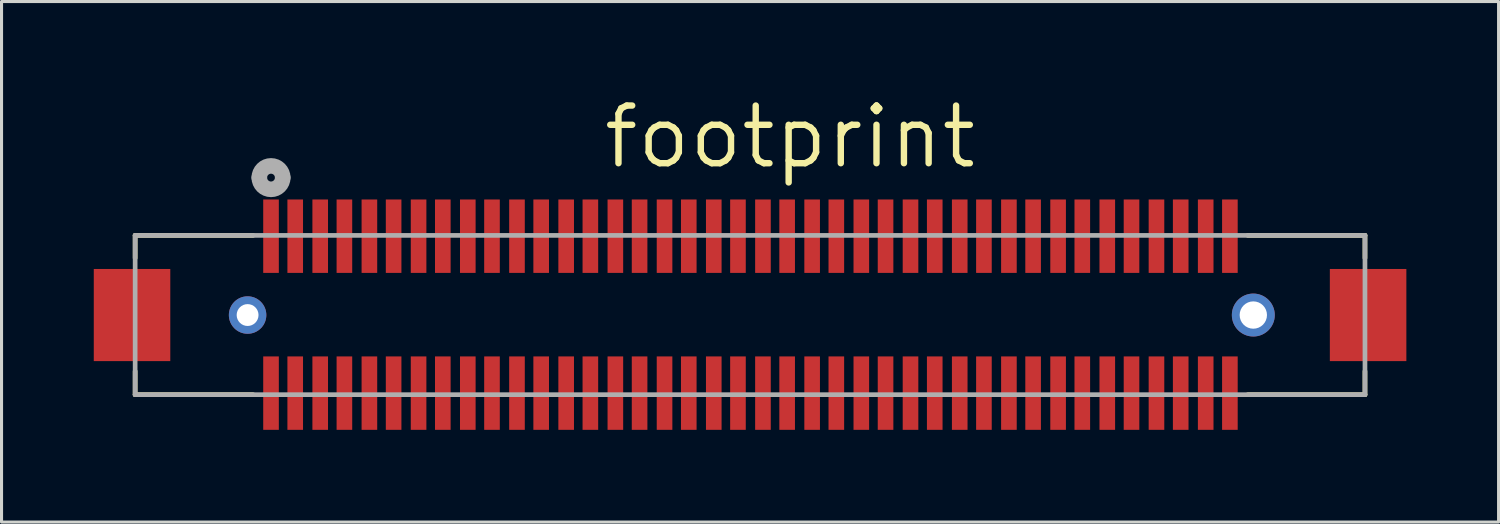
<source format=kicad_pcb>
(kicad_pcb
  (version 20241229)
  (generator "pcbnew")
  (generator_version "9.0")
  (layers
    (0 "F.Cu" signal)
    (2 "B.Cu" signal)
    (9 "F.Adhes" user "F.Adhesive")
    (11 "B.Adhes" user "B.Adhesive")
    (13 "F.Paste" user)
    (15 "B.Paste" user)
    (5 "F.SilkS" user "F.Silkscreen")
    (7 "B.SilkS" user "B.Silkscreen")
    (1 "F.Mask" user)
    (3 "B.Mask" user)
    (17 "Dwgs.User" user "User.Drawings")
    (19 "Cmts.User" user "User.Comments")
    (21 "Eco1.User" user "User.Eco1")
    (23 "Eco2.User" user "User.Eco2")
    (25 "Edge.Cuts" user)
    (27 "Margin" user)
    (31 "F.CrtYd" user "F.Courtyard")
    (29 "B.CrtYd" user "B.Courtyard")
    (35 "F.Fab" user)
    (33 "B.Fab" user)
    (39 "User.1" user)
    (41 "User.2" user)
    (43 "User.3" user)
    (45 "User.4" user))
  (footprint "footprint"
    (layer "F.Cu")
    (at 36.957 9.738)
    (property "Reference" "footprint" (at -20.472 -7.239 0) (layer "F.SilkS") (effects (font (size 1.875 1.875) (thickness 0.208)) (justify left bottom)))
    (fp_line (start -35.611 -5.131) (end -35.611 -4.394) (stroke (width 0.152) (type solid)) (layer "F.SilkS"))
    (fp_line (start -35.611 -0.711) (end -35.611 0.051) (stroke (width 0.152) (type solid)) (layer "F.SilkS"))
    (fp_line (start -35.611 0.051) (end -31.775 0.051) (stroke (width 0.152) (type solid)) (layer "F.SilkS"))
    (fp_line (start -31.775 -5.131) (end -35.611 -5.131) (stroke (width 0.152) (type solid)) (layer "F.SilkS"))
    (fp_line (start 0.584 0.051) (end 4.394 0.051) (stroke (width 0.152) (type solid)) (layer "F.SilkS"))
    (fp_line (start 4.394 -5.131) (end 0.584 -5.131) (stroke (width 0.152) (type solid)) (layer "F.SilkS"))
    (fp_line (start 4.394 -4.394) (end 4.394 -5.131) (stroke (width 0.152) (type solid)) (layer "F.SilkS"))
    (fp_line (start 4.394 0.051) (end 4.394 -0.711) (stroke (width 0.152) (type solid)) (layer "F.SilkS"))
    (fp_arc (start -31.5214 -6.8072) (mid -31.29941 -7.376437) (end -30.8102 -7.010399) (stroke (width 0.12) (type solid)) (layer "F.SilkS"))
    (fp_arc (start -30.8102 -7.0104) (mid -30.834473 -6.903615) (end -30.8864 -6.8072) (stroke (width 0.12) (type solid)) (layer "F.SilkS"))
    (fp_line (start -35.611 -5.131) (end -35.611 0.051) (stroke (width 0.152) (type solid)) (layer "F.Fab"))
    (fp_line (start -35.611 0.051) (end 4.394 0.051) (stroke (width 0.152) (type solid)) (layer "F.Fab"))
    (fp_line (start 4.394 -5.131) (end -35.611 -5.131) (stroke (width 0.152) (type solid)) (layer "F.Fab"))
    (fp_line (start 4.394 0.051) (end 4.394 -5.131) (stroke (width 0.152) (type solid)) (layer "F.Fab"))
    (fp_arc (start -31.5722 -7.0104) (mid -31.1912 -7.3914) (end -30.8102 -7.0104) (stroke (width 0.508) (type solid)) (layer "F.Fab"))
    (fp_arc (start -30.8102 -7.0104) (mid -31.1912 -6.6294) (end -31.5722 -7.0104) (stroke (width 0.508) (type solid)) (layer "F.Fab"))
    (pad "1" smd rect (at -31.191 -5.105 270) (size 2.388 0.508) (layers "F.Cu" "F.Mask" "F.Paste"))
    (pad "2" smd rect (at -31.191 0 270) (size 2.388 0.508) (layers "F.Cu" "F.Mask" "F.Paste"))
    (pad "3" smd rect (at -30.404 -5.105 270) (size 2.388 0.508) (layers "F.Cu" "F.Mask" "F.Paste"))
    (pad "4" smd rect (at -30.404 0 270) (size 2.388 0.508) (layers "F.Cu" "F.Mask" "F.Paste"))
    (pad "5" smd rect (at -29.591 -5.105 270) (size 2.388 0.508) (layers "F.Cu" "F.Mask" "F.Paste"))
    (pad "6" smd rect (at -29.591 0 270) (size 2.388 0.508) (layers "F.Cu" "F.Mask" "F.Paste"))
    (pad "7" smd rect (at -28.804 -5.105 270) (size 2.388 0.508) (layers "F.Cu" "F.Mask" "F.Paste"))
    (pad "8" smd rect (at -28.804 0 270) (size 2.388 0.508) (layers "F.Cu" "F.Mask" "F.Paste"))
    (pad "9" smd rect (at -27.991 -5.105 270) (size 2.388 0.508) (layers "F.Cu" "F.Mask" "F.Paste"))
    (pad "10" smd rect (at -27.991 0 270) (size 2.388 0.508) (layers "F.Cu" "F.Mask" "F.Paste"))
    (pad "11" smd rect (at -27.203 -5.105 270) (size 2.388 0.508) (layers "F.Cu" "F.Mask" "F.Paste"))
    (pad "12" smd rect (at -27.203 0 270) (size 2.388 0.508) (layers "F.Cu" "F.Mask" "F.Paste"))
    (pad "13" smd rect (at -26.391 -5.105 270) (size 2.388 0.508) (layers "F.Cu" "F.Mask" "F.Paste"))
    (pad "14" smd rect (at -26.391 0 270) (size 2.388 0.508) (layers "F.Cu" "F.Mask" "F.Paste"))
    (pad "15" smd rect (at -25.603 -5.105 270) (size 2.388 0.508) (layers "F.Cu" "F.Mask" "F.Paste"))
    (pad "16" smd rect (at -25.603 0 270) (size 2.388 0.508) (layers "F.Cu" "F.Mask" "F.Paste"))
    (pad "17" smd rect (at -24.79 -5.105 270) (size 2.388 0.508) (layers "F.Cu" "F.Mask" "F.Paste"))
    (pad "18" smd rect (at -24.79 0 270) (size 2.388 0.508) (layers "F.Cu" "F.Mask" "F.Paste"))
    (pad "19" smd rect (at -24.003 -5.105 270) (size 2.388 0.508) (layers "F.Cu" "F.Mask" "F.Paste"))
    (pad "20" smd rect (at -24.003 0 270) (size 2.388 0.508) (layers "F.Cu" "F.Mask" "F.Paste"))
    (pad "21" smd rect (at -23.19 -5.105 270) (size 2.388 0.508) (layers "F.Cu" "F.Mask" "F.Paste"))
    (pad "22" smd rect (at -23.19 0 270) (size 2.388 0.508) (layers "F.Cu" "F.Mask" "F.Paste"))
    (pad "23" smd rect (at -22.403 -5.105 270) (size 2.388 0.508) (layers "F.Cu" "F.Mask" "F.Paste"))
    (pad "24" smd rect (at -22.403 0 270) (size 2.388 0.508) (layers "F.Cu" "F.Mask" "F.Paste"))
    (pad "25" smd rect (at -21.59 -5.105 270) (size 2.388 0.508) (layers "F.Cu" "F.Mask" "F.Paste"))
    (pad "26" smd rect (at -21.59 0 270) (size 2.388 0.508) (layers "F.Cu" "F.Mask" "F.Paste"))
    (pad "27" smd rect (at -20.803 -5.105 270) (size 2.388 0.508) (layers "F.Cu" "F.Mask" "F.Paste"))
    (pad "28" smd rect (at -20.803 0 270) (size 2.388 0.508) (layers "F.Cu" "F.Mask" "F.Paste"))
    (pad "29" smd rect (at -19.99 -5.105 270) (size 2.388 0.508) (layers "F.Cu" "F.Mask" "F.Paste"))
    (pad "30" smd rect (at -19.99 0 270) (size 2.388 0.508) (layers "F.Cu" "F.Mask" "F.Paste"))
    (pad "31" smd rect (at -19.202 -5.105 270) (size 2.388 0.508) (layers "F.Cu" "F.Mask" "F.Paste"))
    (pad "32" smd rect (at -19.202 0 270) (size 2.388 0.508) (layers "F.Cu" "F.Mask" "F.Paste"))
    (pad "33" smd rect (at -18.39 -5.105 270) (size 2.388 0.508) (layers "F.Cu" "F.Mask" "F.Paste"))
    (pad "34" smd rect (at -18.39 0 270) (size 2.388 0.508) (layers "F.Cu" "F.Mask" "F.Paste"))
    (pad "35" smd rect (at -17.602 -5.105 270) (size 2.388 0.508) (layers "F.Cu" "F.Mask" "F.Paste"))
    (pad "36" smd rect (at -17.602 0 270) (size 2.388 0.508) (layers "F.Cu" "F.Mask" "F.Paste"))
    (pad "37" smd rect (at -16.789 -5.105 270) (size 2.388 0.508) (layers "F.Cu" "F.Mask" "F.Paste"))
    (pad "38" smd rect (at -16.789 0 270) (size 2.388 0.508) (layers "F.Cu" "F.Mask" "F.Paste"))
    (pad "39" smd rect (at -16.002 -5.105 270) (size 2.388 0.508) (layers "F.Cu" "F.Mask" "F.Paste"))
    (pad "40" smd rect (at -16.002 0 270) (size 2.388 0.508) (layers "F.Cu" "F.Mask" "F.Paste"))
    (pad "41" smd rect (at -15.189 -5.105 270) (size 2.388 0.508) (layers "F.Cu" "F.Mask" "F.Paste"))
    (pad "42" smd rect (at -15.189 0 270) (size 2.388 0.508) (layers "F.Cu" "F.Mask" "F.Paste"))
    (pad "43" smd rect (at -14.402 -5.105 270) (size 2.388 0.508) (layers "F.Cu" "F.Mask" "F.Paste"))
    (pad "44" smd rect (at -14.402 0 270) (size 2.388 0.508) (layers "F.Cu" "F.Mask" "F.Paste"))
    (pad "45" smd rect (at -13.589 -5.105 270) (size 2.388 0.508) (layers "F.Cu" "F.Mask" "F.Paste"))
    (pad "46" smd rect (at -13.589 0 270) (size 2.388 0.508) (layers "F.Cu" "F.Mask" "F.Paste"))
    (pad "47" smd rect (at -12.802 -5.105 270) (size 2.388 0.508) (layers "F.Cu" "F.Mask" "F.Paste"))
    (pad "48" smd rect (at -12.802 0 270) (size 2.388 0.508) (layers "F.Cu" "F.Mask" "F.Paste"))
    (pad "49" smd rect (at -11.989 -5.105 270) (size 2.388 0.508) (layers "F.Cu" "F.Mask" "F.Paste"))
    (pad "50" smd rect (at -11.989 0 270) (size 2.388 0.508) (layers "F.Cu" "F.Mask" "F.Paste"))
    (pad "51" smd rect (at -11.201 -5.105 270) (size 2.388 0.508) (layers "F.Cu" "F.Mask" "F.Paste"))
    (pad "52" smd rect (at -11.201 0 270) (size 2.388 0.508) (layers "F.Cu" "F.Mask" "F.Paste"))
    (pad "53" smd rect (at -10.389 -5.105 270) (size 2.388 0.508) (layers "F.Cu" "F.Mask" "F.Paste"))
    (pad "54" smd rect (at -10.389 0 270) (size 2.388 0.508) (layers "F.Cu" "F.Mask" "F.Paste"))
    (pad "55" smd rect (at -9.601 -5.105 270) (size 2.388 0.508) (layers "F.Cu" "F.Mask" "F.Paste"))
    (pad "56" smd rect (at -9.601 0 270) (size 2.388 0.508) (layers "F.Cu" "F.Mask" "F.Paste"))
    (pad "57" smd rect (at -8.788 -5.105 270) (size 2.388 0.508) (layers "F.Cu" "F.Mask" "F.Paste"))
    (pad "58" smd rect (at -8.788 0 270) (size 2.388 0.508) (layers "F.Cu" "F.Mask" "F.Paste"))
    (pad "59" smd rect (at -8.001 -5.105 270) (size 2.388 0.508) (layers "F.Cu" "F.Mask" "F.Paste"))
    (pad "60" smd rect (at -8.001 0 270) (size 2.388 0.508) (layers "F.Cu" "F.Mask" "F.Paste"))
    (pad "61" smd rect (at -7.188 -5.105 270) (size 2.388 0.508) (layers "F.Cu" "F.Mask" "F.Paste"))
    (pad "62" smd rect (at -7.188 0 270) (size 2.388 0.508) (layers "F.Cu" "F.Mask" "F.Paste"))
    (pad "63" smd rect (at -6.401 -5.105 270) (size 2.388 0.508) (layers "F.Cu" "F.Mask" "F.Paste"))
    (pad "64" smd rect (at -6.401 0 270) (size 2.388 0.508) (layers "F.Cu" "F.Mask" "F.Paste"))
    (pad "65" smd rect (at -5.588 -5.105 270) (size 2.388 0.508) (layers "F.Cu" "F.Mask" "F.Paste"))
    (pad "66" smd rect (at -5.588 0 270) (size 2.388 0.508) (layers "F.Cu" "F.Mask" "F.Paste"))
    (pad "67" smd rect (at -4.801 -5.105 270) (size 2.388 0.508) (layers "F.Cu" "F.Mask" "F.Paste"))
    (pad "68" smd rect (at -4.801 0 270) (size 2.388 0.508) (layers "F.Cu" "F.Mask" "F.Paste"))
    (pad "69" smd rect (at -3.988 -5.105 270) (size 2.388 0.508) (layers "F.Cu" "F.Mask" "F.Paste"))
    (pad "70" smd rect (at -3.988 0 270) (size 2.388 0.508) (layers "F.Cu" "F.Mask" "F.Paste"))
    (pad "71" smd rect (at -3.2 -5.105 270) (size 2.388 0.508) (layers "F.Cu" "F.Mask" "F.Paste"))
    (pad "72" smd rect (at -3.2 0 270) (size 2.388 0.508) (layers "F.Cu" "F.Mask" "F.Paste"))
    (pad "73" smd rect (at -2.388 -5.105 270) (size 2.388 0.508) (layers "F.Cu" "F.Mask" "F.Paste"))
    (pad "74" smd rect (at -2.388 0 270) (size 2.388 0.508) (layers "F.Cu" "F.Mask" "F.Paste"))
    (pad "75" smd rect (at -1.6 -5.105 270) (size 2.388 0.508) (layers "F.Cu" "F.Mask" "F.Paste"))
    (pad "76" smd rect (at -1.6 0 270) (size 2.388 0.508) (layers "F.Cu" "F.Mask" "F.Paste"))
    (pad "77" smd rect (at -0.787 -5.105 270) (size 2.388 0.508) (layers "F.Cu" "F.Mask" "F.Paste"))
    (pad "78" smd rect (at -0.787 0 270) (size 2.388 0.508) (layers "F.Cu" "F.Mask" "F.Paste"))
    (pad "79" smd rect (at 0 -5.105 270) (size 2.388 0.508) (layers "F.Cu" "F.Mask" "F.Paste"))
    (pad "80" smd rect (at 0 0 270) (size 2.388 0.508) (layers "F.Cu" "F.Mask" "F.Paste"))
    (pad "81" smd rect (at -35.712 -2.54) (size 2.489 2.997) (layers "F.Cu" "F.Mask" "F.Paste"))
    (pad "82" smd rect (at 4.496 -2.54) (size 2.489 2.997) (layers "F.Cu" "F.Mask" "F.Paste"))
    (pad "83" thru_hole circle (at -31.953 -2.54) (size 1.219 1.219) (drill 0.711) (layers "*.Cu" "*.Mask"))
    (pad "84" thru_hole circle (at 0.762 -2.54) (size 1.397 1.397) (drill 0.889) (layers "*.Cu" "*.Mask")))
  (gr_rect
    (start -3 -3)
    (end 45.697 13.932)
    (stroke (width 0.1) (type default))
    (fill no)
    (layer "Edge.Cuts")))
</source>
